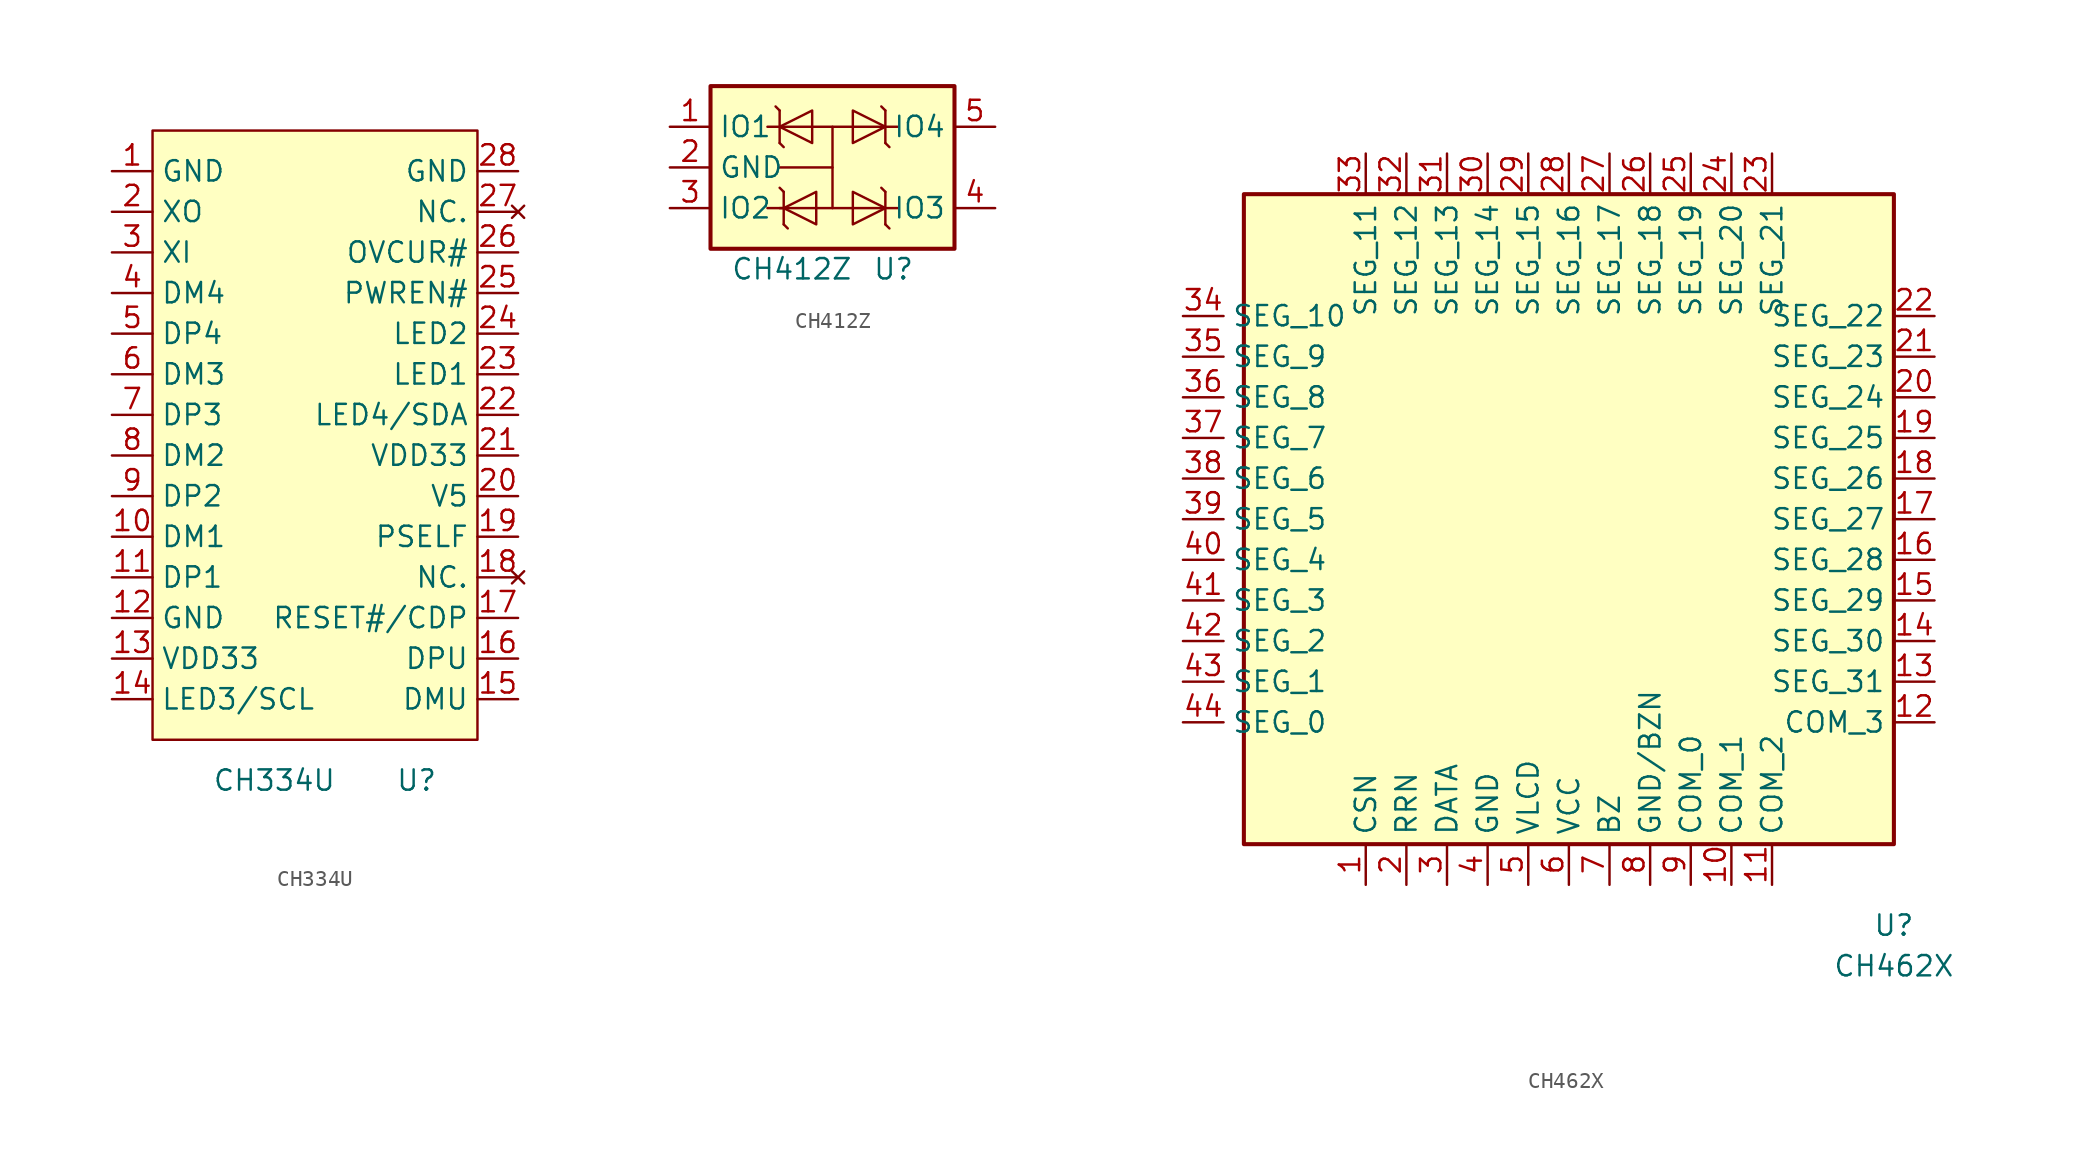
<source format=kicad_sym>
(kicad_symbol_lib
  (version 20220914)
  (generator kicad_symbol_editor)
  (symbol "CH334U"
    (property "Reference" "U"
      (at 6.35 -21.59 0)
      (effects (font (size 1.27 1.27))))
    (property "Value" "CH334U"
      (at -2.54 -21.59 0)
      (effects (font (size 1.27 1.27))))
    (symbol "CH334U_0_1"
      (rectangle (start -10.16 19.05) (end 10.16 -19.05) (stroke (width 0) (type default)) (fill (type background))))
    (symbol "CH334U_1_1"
      (pin power_in line (at -12.7 16.51 0) (length 2.54) (name "GND" (effects (font (size 1.27 1.27)))) (number "1" (effects (font (size 1.27 1.27)))))
      (pin bidirectional line (at -12.7 -6.35 0) (length 2.54) (name "DM1" (effects (font (size 1.27 1.27)))) (number "10" (effects (font (size 1.27 1.27)))))
      (pin bidirectional line (at -12.7 -8.89 0) (length 2.54) (name "DP1" (effects (font (size 1.27 1.27)))) (number "11" (effects (font (size 1.27 1.27)))))
      (pin power_in line (at -12.7 -11.43 0) (length 2.54) (name "GND" (effects (font (size 1.27 1.27)))) (number "12" (effects (font (size 1.27 1.27)))))
      (pin power_in line (at -12.7 -13.97 0) (length 2.54) (name "VDD33" (effects (font (size 1.27 1.27)))) (number "13" (effects (font (size 1.27 1.27)))))
      (pin bidirectional line (at -12.7 -16.51 0) (length 2.54) (name "LED3/SCL" (effects (font (size 1.27 1.27)))) (number "14" (effects (font (size 1.27 1.27)))))
      (pin bidirectional line (at 12.7 -16.51 180) (length 2.54) (name "DMU" (effects (font (size 1.27 1.27)))) (number "15" (effects (font (size 1.27 1.27)))))
      (pin bidirectional line (at 12.7 -13.97 180) (length 2.54) (name "DPU" (effects (font (size 1.27 1.27)))) (number "16" (effects (font (size 1.27 1.27)))))
      (pin input line (at 12.7 -11.43 180) (length 2.54) (name "RESET#/CDP" (effects (font (size 1.27 1.27)))) (number "17" (effects (font (size 1.27 1.27)))))
      (pin no_connect line (at 12.7 -8.89 180) (length 2.54) (name "NC." (effects (font (size 1.27 1.27)))) (number "18" (effects (font (size 1.27 1.27)))))
      (pin input line (at 12.7 -6.35 180) (length 2.54) (name "PSELF" (effects (font (size 1.27 1.27)))) (number "19" (effects (font (size 1.27 1.27)))))
      (pin output line (at -12.7 13.97 0) (length 2.54) (name "XO" (effects (font (size 1.27 1.27)))) (number "2" (effects (font (size 1.27 1.27)))))
      (pin power_in line (at 12.7 -3.81 180) (length 2.54) (name "V5" (effects (font (size 1.27 1.27)))) (number "20" (effects (font (size 1.27 1.27)))))
      (pin power_in line (at 12.7 -1.27 180) (length 2.54) (name "VDD33" (effects (font (size 1.27 1.27)))) (number "21" (effects (font (size 1.27 1.27)))))
      (pin bidirectional line (at 12.7 1.27 180) (length 2.54) (name "LED4/SDA" (effects (font (size 1.27 1.27)))) (number "22" (effects (font (size 1.27 1.27)))))
      (pin bidirectional line (at 12.7 3.81 180) (length 2.54) (name "LED1" (effects (font (size 1.27 1.27)))) (number "23" (effects (font (size 1.27 1.27)))))
      (pin bidirectional line (at 12.7 6.35 180) (length 2.54) (name "LED2" (effects (font (size 1.27 1.27)))) (number "24" (effects (font (size 1.27 1.27)))))
      (pin output line (at 12.7 8.89 180) (length 2.54) (name "PWREN#" (effects (font (size 1.27 1.27)))) (number "25" (effects (font (size 1.27 1.27)))))
      (pin input line (at 12.7 11.43 180) (length 2.54) (name "OVCUR#" (effects (font (size 1.27 1.27)))) (number "26" (effects (font (size 1.27 1.27)))))
      (pin no_connect line (at 12.7 13.97 180) (length 2.54) (name "NC." (effects (font (size 1.27 1.27)))) (number "27" (effects (font (size 1.27 1.27)))))
      (pin power_in line (at 12.7 16.51 180) (length 2.54) (name "GND" (effects (font (size 1.27 1.27)))) (number "28" (effects (font (size 1.27 1.27)))))
      (pin input line (at -12.7 11.43 0) (length 2.54) (name "XI" (effects (font (size 1.27 1.27)))) (number "3" (effects (font (size 1.27 1.27)))))
      (pin bidirectional line (at -12.7 8.89 0) (length 2.54) (name "DM4" (effects (font (size 1.27 1.27)))) (number "4" (effects (font (size 1.27 1.27)))))
      (pin bidirectional line (at -12.7 6.35 0) (length 2.54) (name "DP4" (effects (font (size 1.27 1.27)))) (number "5" (effects (font (size 1.27 1.27)))))
      (pin bidirectional line (at -12.7 3.81 0) (length 2.54) (name "DM3" (effects (font (size 1.27 1.27)))) (number "6" (effects (font (size 1.27 1.27)))))
      (pin bidirectional line (at -12.7 1.27 0) (length 2.54) (name "DP3" (effects (font (size 1.27 1.27)))) (number "7" (effects (font (size 1.27 1.27)))))
      (pin bidirectional line (at -12.7 -1.27 0) (length 2.54) (name "DM2" (effects (font (size 1.27 1.27)))) (number "8" (effects (font (size 1.27 1.27)))))
      (pin bidirectional line (at -12.7 -3.81 0) (length 2.54) (name "DP2" (effects (font (size 1.27 1.27)))) (number "9" (effects (font (size 1.27 1.27)))))))
  (symbol "CH412Z"
    (property "Reference" "U"
      (at 3.81 -6.35 0)
      (effects (font (size 1.27 1.27))))
    (property "Value" "CH412Z"
      (at -2.54 -6.35 0)
      (effects (font (size 1.27 1.27))))
    (symbol "CH412Z_0_1"
      (rectangle (start -7.62 5.08) (end 7.62 -5.08) (stroke (width 0.254) (type default)) (fill (type background)))
      (polyline (pts (xy -4.064 -2.54) (xy -3.048 -2.54)) (stroke (width 0) (type default)) (fill (type none)))
      (polyline (pts (xy -4.064 2.54) (xy 4.064 2.54)) (stroke (width 0) (type default)) (fill (type none)))
      (polyline (pts (xy -3.302 0) (xy 0 0)) (stroke (width 0) (type default)) (fill (type none)))
      (polyline (pts (xy -3.302 1.524) (xy -3.302 3.556)) (stroke (width 0) (type default)) (fill (type none)))
      (polyline (pts (xy -3.302 1.524) (xy -3.048 1.27)) (stroke (width 0) (type default)) (fill (type none)))
      (polyline (pts (xy -3.302 3.556) (xy -3.556 3.81)) (stroke (width 0) (type default)) (fill (type none)))
      (polyline (pts (xy -3.048 -3.556) (xy -3.048 -1.524)) (stroke (width 0) (type default)) (fill (type none)))
      (polyline (pts (xy -3.048 -3.556) (xy -2.794 -3.81)) (stroke (width 0) (type default)) (fill (type none)))
      (polyline (pts (xy -3.048 -1.524) (xy -3.302 -1.27)) (stroke (width 0) (type default)) (fill (type none)))
      (polyline (pts (xy 0 -2.54) (xy 0 2.54)) (stroke (width 0) (type default)) (fill (type none)))
      (polyline (pts (xy 3.302 -3.556) (xy 3.556 -3.81)) (stroke (width 0) (type default)) (fill (type none)))
      (polyline (pts (xy 3.302 -1.524) (xy 3.048 -1.27)) (stroke (width 0) (type default)) (fill (type none)))
      (polyline (pts (xy 3.302 -1.524) (xy 3.302 -3.556)) (stroke (width 0) (type default)) (fill (type none)))
      (polyline (pts (xy 3.302 1.524) (xy 3.556 1.27)) (stroke (width 0) (type default)) (fill (type none)))
      (polyline (pts (xy 3.302 3.556) (xy 3.048 3.81)) (stroke (width 0) (type default)) (fill (type none)))
      (polyline (pts (xy 3.302 3.556) (xy 3.302 1.524)) (stroke (width 0) (type default)) (fill (type none)))
      (polyline (pts (xy 4.064 -2.54) (xy -3.302 -2.54)) (stroke (width 0) (type default)) (fill (type none)))
      (polyline (pts (xy -1.27 3.556) (xy -1.27 1.524) (xy -3.302 2.54) (xy -1.27 3.556)) (stroke (width 0) (type default)) (fill (type none)))
      (polyline (pts (xy -1.016 -1.524) (xy -1.016 -3.556) (xy -3.048 -2.54) (xy -1.016 -1.524)) (stroke (width 0) (type default)) (fill (type none)))
      (polyline (pts (xy 1.27 -3.556) (xy 1.27 -1.524) (xy 3.302 -2.54) (xy 1.27 -3.556)) (stroke (width 0) (type default)) (fill (type none)))
      (polyline (pts (xy 1.27 1.524) (xy 1.27 3.556) (xy 3.302 2.54) (xy 1.27 1.524)) (stroke (width 0) (type default)) (fill (type none))))
    (symbol "CH412Z_1_1"
      (pin passive line (at -10.16 2.54 0) (length 2.54) (name "IO1" (effects (font (size 1.27 1.27)))) (number "1" (effects (font (size 1.27 1.27)))))
      (pin power_in line (at -10.16 0 0) (length 2.54) (name "GND" (effects (font (size 1.27 1.27)))) (number "2" (effects (font (size 1.27 1.27)))))
      (pin passive line (at -10.16 -2.54 0) (length 2.54) (name "IO2" (effects (font (size 1.27 1.27)))) (number "3" (effects (font (size 1.27 1.27)))))
      (pin passive line (at 10.16 -2.54 180) (length 2.54) (name "IO3" (effects (font (size 1.27 1.27)))) (number "4" (effects (font (size 1.27 1.27)))))
      (pin passive line (at 10.16 2.54 180) (length 2.54) (name "IO4" (effects (font (size 1.27 1.27)))) (number "5" (effects (font (size 1.27 1.27)))))))
  (symbol "CH462X"
    (property "Reference" "U"
      (at 20.32 -25.4 0)
      (effects (font (size 1.27 1.27))))
    (property "Value" "CH462X"
      (at 20.32 -27.94 0)
      (effects (font (size 1.27 1.27))))
    (symbol "CH462X_0_1"
      (rectangle (start -20.32 20.32) (end 20.32 -20.32) (stroke (width 0.254) (type default)) (fill (type background))))
    (symbol "CH462X_1_1"
      (pin input line (at -12.7 -22.86 90) (length 2.54) (name "CSN" (effects (font (size 1.27 1.27)))) (number "1" (effects (font (size 1.27 1.27)))))
      (pin output line (at 10.16 -22.86 90) (length 2.54) (name "COM_1" (effects (font (size 1.27 1.27)))) (number "10" (effects (font (size 1.27 1.27)))))
      (pin output line (at 12.7 -22.86 90) (length 2.54) (name "COM_2" (effects (font (size 1.27 1.27)))) (number "11" (effects (font (size 1.27 1.27)))))
      (pin output line (at 22.86 -12.7 180) (length 2.54) (name "COM_3" (effects (font (size 1.27 1.27)))) (number "12" (effects (font (size 1.27 1.27)))))
      (pin output line (at 22.86 -10.16 180) (length 2.54) (name "SEG_31" (effects (font (size 1.27 1.27)))) (number "13" (effects (font (size 1.27 1.27)))))
      (pin output line (at 22.86 -7.62 180) (length 2.54) (name "SEG_30" (effects (font (size 1.27 1.27)))) (number "14" (effects (font (size 1.27 1.27)))))
      (pin output line (at 22.86 -5.08 180) (length 2.54) (name "SEG_29" (effects (font (size 1.27 1.27)))) (number "15" (effects (font (size 1.27 1.27)))))
      (pin output line (at 22.86 -2.54 180) (length 2.54) (name "SEG_28" (effects (font (size 1.27 1.27)))) (number "16" (effects (font (size 1.27 1.27)))))
      (pin output line (at 22.86 0 180) (length 2.54) (name "SEG_27" (effects (font (size 1.27 1.27)))) (number "17" (effects (font (size 1.27 1.27)))))
      (pin output line (at 22.86 2.54 180) (length 2.54) (name "SEG_26" (effects (font (size 1.27 1.27)))) (number "18" (effects (font (size 1.27 1.27)))))
      (pin output line (at 22.86 5.08 180) (length 2.54) (name "SEG_25" (effects (font (size 1.27 1.27)))) (number "19" (effects (font (size 1.27 1.27)))))
      (pin input line (at -10.16 -22.86 90) (length 2.54) (name "RRN" (effects (font (size 1.27 1.27)))) (number "2" (effects (font (size 1.27 1.27)))))
      (pin output line (at 22.86 7.62 180) (length 2.54) (name "SEG_24" (effects (font (size 1.27 1.27)))) (number "20" (effects (font (size 1.27 1.27)))))
      (pin output line (at 22.86 10.16 180) (length 2.54) (name "SEG_23" (effects (font (size 1.27 1.27)))) (number "21" (effects (font (size 1.27 1.27)))))
      (pin output line (at 22.86 12.7 180) (length 2.54) (name "SEG_22" (effects (font (size 1.27 1.27)))) (number "22" (effects (font (size 1.27 1.27)))))
      (pin output line (at 12.7 22.86 270) (length 2.54) (name "SEG_21" (effects (font (size 1.27 1.27)))) (number "23" (effects (font (size 1.27 1.27)))))
      (pin output line (at 10.16 22.86 270) (length 2.54) (name "SEG_20" (effects (font (size 1.27 1.27)))) (number "24" (effects (font (size 1.27 1.27)))))
      (pin output line (at 7.62 22.86 270) (length 2.54) (name "SEG_19" (effects (font (size 1.27 1.27)))) (number "25" (effects (font (size 1.27 1.27)))))
      (pin output line (at 5.08 22.86 270) (length 2.54) (name "SEG_18" (effects (font (size 1.27 1.27)))) (number "26" (effects (font (size 1.27 1.27)))))
      (pin output line (at 2.54 22.86 270) (length 2.54) (name "SEG_17" (effects (font (size 1.27 1.27)))) (number "27" (effects (font (size 1.27 1.27)))))
      (pin output line (at 0 22.86 270) (length 2.54) (name "SEG_16" (effects (font (size 1.27 1.27)))) (number "28" (effects (font (size 1.27 1.27)))))
      (pin output line (at -2.54 22.86 270) (length 2.54) (name "SEG_15" (effects (font (size 1.27 1.27)))) (number "29" (effects (font (size 1.27 1.27)))))
      (pin input line (at -7.62 -22.86 90) (length 2.54) (name "DATA" (effects (font (size 1.27 1.27)))) (number "3" (effects (font (size 1.27 1.27)))))
      (pin output line (at -5.08 22.86 270) (length 2.54) (name "SEG_14" (effects (font (size 1.27 1.27)))) (number "30" (effects (font (size 1.27 1.27)))))
      (pin output line (at -7.62 22.86 270) (length 2.54) (name "SEG_13" (effects (font (size 1.27 1.27)))) (number "31" (effects (font (size 1.27 1.27)))))
      (pin output line (at -10.16 22.86 270) (length 2.54) (name "SEG_12" (effects (font (size 1.27 1.27)))) (number "32" (effects (font (size 1.27 1.27)))))
      (pin output line (at -12.7 22.86 270) (length 2.54) (name "SEG_11" (effects (font (size 1.27 1.27)))) (number "33" (effects (font (size 1.27 1.27)))))
      (pin output line (at -24.13 12.7 0) (length 2.54) (name "SEG_10" (effects (font (size 1.27 1.27)))) (number "34" (effects (font (size 1.27 1.27)))))
      (pin output line (at -24.13 10.16 0) (length 2.54) (name "SEG_9" (effects (font (size 1.27 1.27)))) (number "35" (effects (font (size 1.27 1.27)))))
      (pin output line (at -24.13 7.62 0) (length 2.54) (name "SEG_8" (effects (font (size 1.27 1.27)))) (number "36" (effects (font (size 1.27 1.27)))))
      (pin output line (at -24.13 5.08 0) (length 2.54) (name "SEG_7" (effects (font (size 1.27 1.27)))) (number "37" (effects (font (size 1.27 1.27)))))
      (pin output line (at -24.13 2.54 0) (length 2.54) (name "SEG_6" (effects (font (size 1.27 1.27)))) (number "38" (effects (font (size 1.27 1.27)))))
      (pin output line (at -24.13 0 0) (length 2.54) (name "SEG_5" (effects (font (size 1.27 1.27)))) (number "39" (effects (font (size 1.27 1.27)))))
      (pin power_in line (at -5.08 -22.86 90) (length 2.54) (name "GND" (effects (font (size 1.27 1.27)))) (number "4" (effects (font (size 1.27 1.27)))))
      (pin output line (at -24.13 -2.54 0) (length 2.54) (name "SEG_4" (effects (font (size 1.27 1.27)))) (number "40" (effects (font (size 1.27 1.27)))))
      (pin output line (at -24.13 -5.08 0) (length 2.54) (name "SEG_3" (effects (font (size 1.27 1.27)))) (number "41" (effects (font (size 1.27 1.27)))))
      (pin output line (at -24.13 -7.62 0) (length 2.54) (name "SEG_2" (effects (font (size 1.27 1.27)))) (number "42" (effects (font (size 1.27 1.27)))))
      (pin output line (at -24.13 -10.16 0) (length 2.54) (name "SEG_1" (effects (font (size 1.27 1.27)))) (number "43" (effects (font (size 1.27 1.27)))))
      (pin output line (at -24.13 -12.7 0) (length 2.54) (name "SEG_0" (effects (font (size 1.27 1.27)))) (number "44" (effects (font (size 1.27 1.27)))))
      (pin power_in line (at -2.54 -22.86 90) (length 2.54) (name "VLCD" (effects (font (size 1.27 1.27)))) (number "5" (effects (font (size 1.27 1.27)))))
      (pin power_in line (at 0 -22.86 90) (length 2.54) (name "VCC" (effects (font (size 1.27 1.27)))) (number "6" (effects (font (size 1.27 1.27)))))
      (pin output line (at 2.54 -22.86 90) (length 2.54) (name "BZ" (effects (font (size 1.27 1.27)))) (number "7" (effects (font (size 1.27 1.27)))))
      (pin power_in line (at 5.08 -22.86 90) (length 2.54) (name "GND/BZN" (effects (font (size 1.27 1.27)))) (number "8" (effects (font (size 1.27 1.27)))))
      (pin output line (at 7.62 -22.86 90) (length 2.54) (name "COM_0" (effects (font (size 1.27 1.27)))) (number "9" (effects (font (size 1.27 1.27))))))))
</source>
